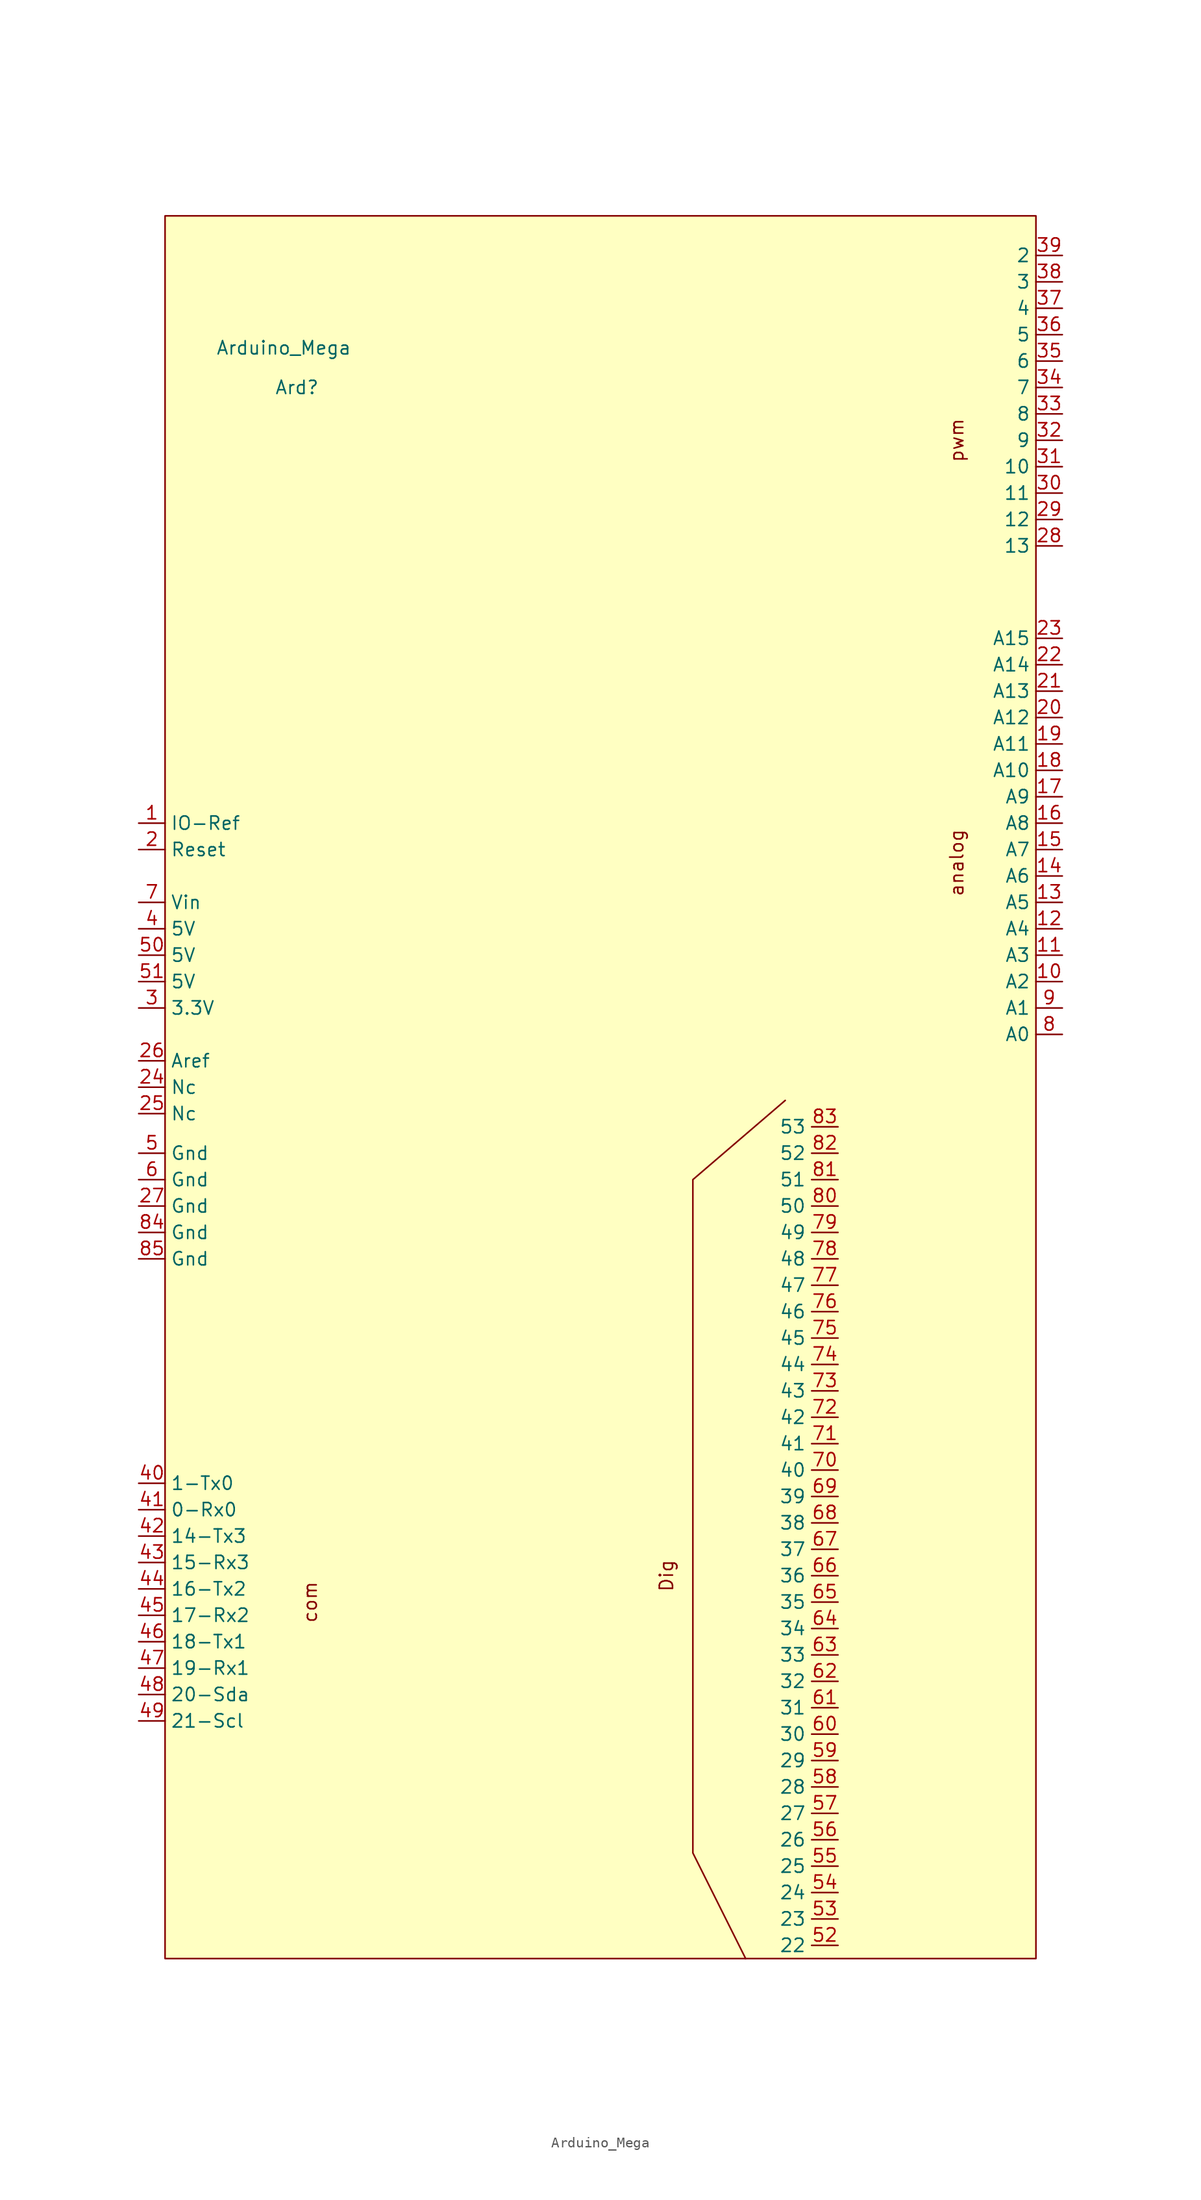
<source format=kicad_sym>
(kicad_symbol_lib
  (version 20231120)
  (generator "kicad_symbol_editor")
  (generator_version "8.0")
  (symbol "Arduino_Mega"
    (property "Reference" "Ard"
      (at 15.24 6.35 0)
      (effects (font (size 1.27 1.27))))
    (property "Value" "Arduino_Mega"
      (at 13.97 10.16 0)
      (effects (font (size 1.27 1.27))))
    (symbol "Arduino_Mega_0_0"
      (text "analog" (at 78.74 -39.37 900) (effects (font (size 1.27 1.27))))
      (text "com" (at 16.51 -110.49 900) (effects (font (size 1.27 1.27))))
      (text "Dig" (at 50.8 -107.95 900) (effects (font (size 1.27 1.27))))
      (text "pwm" (at 78.74 1.27 900) (effects (font (size 1.27 1.27))))
      (pin input line (at 0 -35.56 0) (length 2.54) (name "IO-Ref" (effects (font (size 1.27 1.27)))) (number "1" (effects (font (size 1.27 1.27)))))
      (pin input line (at 88.9 -50.8 180) (length 2.54) (name "A2" (effects (font (size 1.27 1.27)))) (number "10" (effects (font (size 1.27 1.27)))))
      (pin input line (at 88.9 -48.26 180) (length 2.54) (name "A3" (effects (font (size 1.27 1.27)))) (number "11" (effects (font (size 1.27 1.27)))))
      (pin input line (at 88.9 -45.72 180) (length 2.54) (name "A4" (effects (font (size 1.27 1.27)))) (number "12" (effects (font (size 1.27 1.27)))))
      (pin input line (at 88.9 -43.18 180) (length 2.54) (name "A5" (effects (font (size 1.27 1.27)))) (number "13" (effects (font (size 1.27 1.27)))))
      (pin input line (at 88.9 -40.64 180) (length 2.54) (name "A6" (effects (font (size 1.27 1.27)))) (number "14" (effects (font (size 1.27 1.27)))))
      (pin input line (at 88.9 -38.1 180) (length 2.54) (name "A7" (effects (font (size 1.27 1.27)))) (number "15" (effects (font (size 1.27 1.27)))))
      (pin input line (at 88.9 -35.56 180) (length 2.54) (name "A8" (effects (font (size 1.27 1.27)))) (number "16" (effects (font (size 1.27 1.27)))))
      (pin input line (at 88.9 -33.02 180) (length 2.54) (name "A9" (effects (font (size 1.27 1.27)))) (number "17" (effects (font (size 1.27 1.27)))))
      (pin input line (at 88.9 -30.48 180) (length 2.54) (name "A10" (effects (font (size 1.27 1.27)))) (number "18" (effects (font (size 1.27 1.27)))))
      (pin input line (at 88.9 -27.94 180) (length 2.54) (name "A11" (effects (font (size 1.27 1.27)))) (number "19" (effects (font (size 1.27 1.27)))))
      (pin input line (at 0 -38.1 0) (length 2.54) (name "Reset" (effects (font (size 1.27 1.27)))) (number "2" (effects (font (size 1.27 1.27)))))
      (pin input line (at 88.9 -25.4 180) (length 2.54) (name "A12" (effects (font (size 1.27 1.27)))) (number "20" (effects (font (size 1.27 1.27)))))
      (pin input line (at 88.9 -22.86 180) (length 2.54) (name "A13" (effects (font (size 1.27 1.27)))) (number "21" (effects (font (size 1.27 1.27)))))
      (pin input line (at 88.9 -20.32 180) (length 2.54) (name "A14" (effects (font (size 1.27 1.27)))) (number "22" (effects (font (size 1.27 1.27)))))
      (pin input line (at 88.9 -17.78 180) (length 2.54) (name "A15" (effects (font (size 1.27 1.27)))) (number "23" (effects (font (size 1.27 1.27)))))
      (pin input line (at 0 -60.96 0) (length 2.54) (name "Nc" (effects (font (size 1.27 1.27)))) (number "24" (effects (font (size 1.27 1.27)))))
      (pin input line (at 0 -63.5 0) (length 2.54) (name "Nc" (effects (font (size 1.27 1.27)))) (number "25" (effects (font (size 1.27 1.27)))))
      (pin input line (at 0 -58.42 0) (length 2.54) (name "Aref" (effects (font (size 1.27 1.27)))) (number "26" (effects (font (size 1.27 1.27)))))
      (pin input line (at 0 -72.39 0) (length 2.54) (name "Gnd" (effects (font (size 1.27 1.27)))) (number "27" (effects (font (size 1.27 1.27)))))
      (pin input line (at 88.9 -8.89 180) (length 2.54) (name "13" (effects (font (size 1.27 1.27)))) (number "28" (effects (font (size 1.27 1.27)))))
      (pin input line (at 88.9 -6.35 180) (length 2.54) (name "12" (effects (font (size 1.27 1.27)))) (number "29" (effects (font (size 1.27 1.27)))))
      (pin input line (at 0 -53.34 0) (length 2.54) (name "3.3V" (effects (font (size 1.27 1.27)))) (number "3" (effects (font (size 1.27 1.27)))))
      (pin input line (at 88.9 -3.81 180) (length 2.54) (name "11" (effects (font (size 1.27 1.27)))) (number "30" (effects (font (size 1.27 1.27)))))
      (pin input line (at 88.9 -1.27 180) (length 2.54) (name "10" (effects (font (size 1.27 1.27)))) (number "31" (effects (font (size 1.27 1.27)))))
      (pin input line (at 88.9 1.27 180) (length 2.54) (name "9" (effects (font (size 1.27 1.27)))) (number "32" (effects (font (size 1.27 1.27)))))
      (pin input line (at 88.9 3.81 180) (length 2.54) (name "8" (effects (font (size 1.27 1.27)))) (number "33" (effects (font (size 1.27 1.27)))))
      (pin input line (at 88.9 6.35 180) (length 2.54) (name "7" (effects (font (size 1.27 1.27)))) (number "34" (effects (font (size 1.27 1.27)))))
      (pin input line (at 88.9 8.89 180) (length 2.54) (name "6" (effects (font (size 1.27 1.27)))) (number "35" (effects (font (size 1.27 1.27)))))
      (pin input line (at 88.9 11.43 180) (length 2.54) (name "5" (effects (font (size 1.27 1.27)))) (number "36" (effects (font (size 1.27 1.27)))))
      (pin input line (at 88.9 13.97 180) (length 2.54) (name "4" (effects (font (size 1.27 1.27)))) (number "37" (effects (font (size 1.27 1.27)))))
      (pin input line (at 88.9 16.51 180) (length 2.54) (name "3" (effects (font (size 1.27 1.27)))) (number "38" (effects (font (size 1.27 1.27)))))
      (pin input line (at 88.9 19.05 180) (length 2.54) (name "2" (effects (font (size 1.27 1.27)))) (number "39" (effects (font (size 1.27 1.27)))))
      (pin input line (at 0 -45.72 0) (length 2.54) (name "5V" (effects (font (size 1.27 1.27)))) (number "4" (effects (font (size 1.27 1.27)))))
      (pin input line (at 0 -99.06 0) (length 2.54) (name "1-Tx0" (effects (font (size 1.27 1.27)))) (number "40" (effects (font (size 1.27 1.27)))))
      (pin input line (at 0 -101.6 0) (length 2.54) (name "0-Rx0" (effects (font (size 1.27 1.27)))) (number "41" (effects (font (size 1.27 1.27)))))
      (pin input line (at 0 -104.14 0) (length 2.54) (name "14-Tx3" (effects (font (size 1.27 1.27)))) (number "42" (effects (font (size 1.27 1.27)))))
      (pin input line (at 0 -106.68 0) (length 2.54) (name "15-Rx3" (effects (font (size 1.27 1.27)))) (number "43" (effects (font (size 1.27 1.27)))))
      (pin input line (at 0 -109.22 0) (length 2.54) (name "16-Tx2" (effects (font (size 1.27 1.27)))) (number "44" (effects (font (size 1.27 1.27)))))
      (pin input line (at 0 -111.76 0) (length 2.54) (name "17-Rx2" (effects (font (size 1.27 1.27)))) (number "45" (effects (font (size 1.27 1.27)))))
      (pin input line (at 0 -114.3 0) (length 2.54) (name "18-Tx1" (effects (font (size 1.27 1.27)))) (number "46" (effects (font (size 1.27 1.27)))))
      (pin input line (at 0 -116.84 0) (length 2.54) (name "19-Rx1" (effects (font (size 1.27 1.27)))) (number "47" (effects (font (size 1.27 1.27)))))
      (pin input line (at 0 -119.38 0) (length 2.54) (name "20-Sda" (effects (font (size 1.27 1.27)))) (number "48" (effects (font (size 1.27 1.27)))))
      (pin input line (at 0 -121.92 0) (length 2.54) (name "21-Scl" (effects (font (size 1.27 1.27)))) (number "49" (effects (font (size 1.27 1.27)))))
      (pin input line (at 0 -67.31 0) (length 2.54) (name "Gnd" (effects (font (size 1.27 1.27)))) (number "5" (effects (font (size 1.27 1.27)))))
      (pin input line (at 0 -48.26 0) (length 2.54) (name "5V" (effects (font (size 1.27 1.27)))) (number "50" (effects (font (size 1.27 1.27)))))
      (pin input line (at 0 -50.8 0) (length 2.54) (name "5V" (effects (font (size 1.27 1.27)))) (number "51" (effects (font (size 1.27 1.27)))))
      (pin input line (at 67.31 -143.51 180) (length 2.54) (name "22" (effects (font (size 1.27 1.27)))) (number "52" (effects (font (size 1.27 1.27)))))
      (pin input line (at 67.31 -140.97 180) (length 2.54) (name "23" (effects (font (size 1.27 1.27)))) (number "53" (effects (font (size 1.27 1.27)))))
      (pin input line (at 67.31 -138.43 180) (length 2.54) (name "24" (effects (font (size 1.27 1.27)))) (number "54" (effects (font (size 1.27 1.27)))))
      (pin input line (at 67.31 -135.89 180) (length 2.54) (name "25" (effects (font (size 1.27 1.27)))) (number "55" (effects (font (size 1.27 1.27)))))
      (pin input line (at 67.31 -133.35 180) (length 2.54) (name "26" (effects (font (size 1.27 1.27)))) (number "56" (effects (font (size 1.27 1.27)))))
      (pin input line (at 67.31 -130.81 180) (length 2.54) (name "27" (effects (font (size 1.27 1.27)))) (number "57" (effects (font (size 1.27 1.27)))))
      (pin input line (at 67.31 -128.27 180) (length 2.54) (name "28" (effects (font (size 1.27 1.27)))) (number "58" (effects (font (size 1.27 1.27)))))
      (pin input line (at 67.31 -125.73 180) (length 2.54) (name "29" (effects (font (size 1.27 1.27)))) (number "59" (effects (font (size 1.27 1.27)))))
      (pin input line (at 0 -69.85 0) (length 2.54) (name "Gnd" (effects (font (size 1.27 1.27)))) (number "6" (effects (font (size 1.27 1.27)))))
      (pin input line (at 67.31 -123.19 180) (length 2.54) (name "30" (effects (font (size 1.27 1.27)))) (number "60" (effects (font (size 1.27 1.27)))))
      (pin input line (at 67.31 -120.65 180) (length 2.54) (name "31" (effects (font (size 1.27 1.27)))) (number "61" (effects (font (size 1.27 1.27)))))
      (pin input line (at 67.31 -118.11 180) (length 2.54) (name "32" (effects (font (size 1.27 1.27)))) (number "62" (effects (font (size 1.27 1.27)))))
      (pin input line (at 67.31 -115.57 180) (length 2.54) (name "33" (effects (font (size 1.27 1.27)))) (number "63" (effects (font (size 1.27 1.27)))))
      (pin input line (at 67.31 -113.03 180) (length 2.54) (name "34" (effects (font (size 1.27 1.27)))) (number "64" (effects (font (size 1.27 1.27)))))
      (pin input line (at 67.31 -110.49 180) (length 2.54) (name "35" (effects (font (size 1.27 1.27)))) (number "65" (effects (font (size 1.27 1.27)))))
      (pin input line (at 67.31 -107.95 180) (length 2.54) (name "36" (effects (font (size 1.27 1.27)))) (number "66" (effects (font (size 1.27 1.27)))))
      (pin input line (at 67.31 -105.41 180) (length 2.54) (name "37" (effects (font (size 1.27 1.27)))) (number "67" (effects (font (size 1.27 1.27)))))
      (pin input line (at 67.31 -102.87 180) (length 2.54) (name "38" (effects (font (size 1.27 1.27)))) (number "68" (effects (font (size 1.27 1.27)))))
      (pin input line (at 67.31 -100.33 180) (length 2.54) (name "39" (effects (font (size 1.27 1.27)))) (number "69" (effects (font (size 1.27 1.27)))))
      (pin input line (at 0 -43.18 0) (length 2.54) (name "Vin" (effects (font (size 1.27 1.27)))) (number "7" (effects (font (size 1.27 1.27)))))
      (pin input line (at 67.31 -97.79 180) (length 2.54) (name "40" (effects (font (size 1.27 1.27)))) (number "70" (effects (font (size 1.27 1.27)))))
      (pin input line (at 67.31 -95.25 180) (length 2.54) (name "41" (effects (font (size 1.27 1.27)))) (number "71" (effects (font (size 1.27 1.27)))))
      (pin input line (at 67.31 -92.71 180) (length 2.54) (name "42" (effects (font (size 1.27 1.27)))) (number "72" (effects (font (size 1.27 1.27)))))
      (pin input line (at 67.31 -90.17 180) (length 2.54) (name "43" (effects (font (size 1.27 1.27)))) (number "73" (effects (font (size 1.27 1.27)))))
      (pin input line (at 67.31 -87.63 180) (length 2.54) (name "44" (effects (font (size 1.27 1.27)))) (number "74" (effects (font (size 1.27 1.27)))))
      (pin input line (at 67.31 -85.09 180) (length 2.54) (name "45" (effects (font (size 1.27 1.27)))) (number "75" (effects (font (size 1.27 1.27)))))
      (pin input line (at 67.31 -82.55 180) (length 2.54) (name "46" (effects (font (size 1.27 1.27)))) (number "76" (effects (font (size 1.27 1.27)))))
      (pin input line (at 67.31 -80.01 180) (length 2.54) (name "47" (effects (font (size 1.27 1.27)))) (number "77" (effects (font (size 1.27 1.27)))))
      (pin input line (at 67.31 -77.47 180) (length 2.54) (name "48" (effects (font (size 1.27 1.27)))) (number "78" (effects (font (size 1.27 1.27)))))
      (pin input line (at 67.31 -74.93 180) (length 2.54) (name "49" (effects (font (size 1.27 1.27)))) (number "79" (effects (font (size 1.27 1.27)))))
      (pin input line (at 88.9 -55.88 180) (length 2.54) (name "A0" (effects (font (size 1.27 1.27)))) (number "8" (effects (font (size 1.27 1.27)))))
      (pin input line (at 67.31 -72.39 180) (length 2.54) (name "50" (effects (font (size 1.27 1.27)))) (number "80" (effects (font (size 1.27 1.27)))))
      (pin input line (at 67.31 -69.85 180) (length 2.54) (name "51" (effects (font (size 1.27 1.27)))) (number "81" (effects (font (size 1.27 1.27)))))
      (pin input line (at 67.31 -67.31 180) (length 2.54) (name "52" (effects (font (size 1.27 1.27)))) (number "82" (effects (font (size 1.27 1.27)))))
      (pin input line (at 67.31 -64.77 180) (length 2.54) (name "53" (effects (font (size 1.27 1.27)))) (number "83" (effects (font (size 1.27 1.27)))))
      (pin input line (at 0 -74.93 0) (length 2.54) (name "Gnd" (effects (font (size 1.27 1.27)))) (number "84" (effects (font (size 1.27 1.27)))))
      (pin input line (at 0 -77.47 0) (length 2.54) (name "Gnd" (effects (font (size 1.27 1.27)))) (number "85" (effects (font (size 1.27 1.27)))))
      (pin input line (at 88.9 -53.34 180) (length 2.54) (name "A1" (effects (font (size 1.27 1.27)))) (number "9" (effects (font (size 1.27 1.27))))))
    (symbol "Arduino_Mega_0_1"
      (polyline (pts (xy 62.23 -62.23) (xy 53.34 -69.85) (xy 53.34 -134.62) (xy 58.42 -144.78)) (stroke (width 0) (type default)) (fill (type none)))
      (rectangle (start 2.54 22.86) (end 86.36 -144.78) (stroke (width 0) (type default)) (fill (type background))))))
</source>
